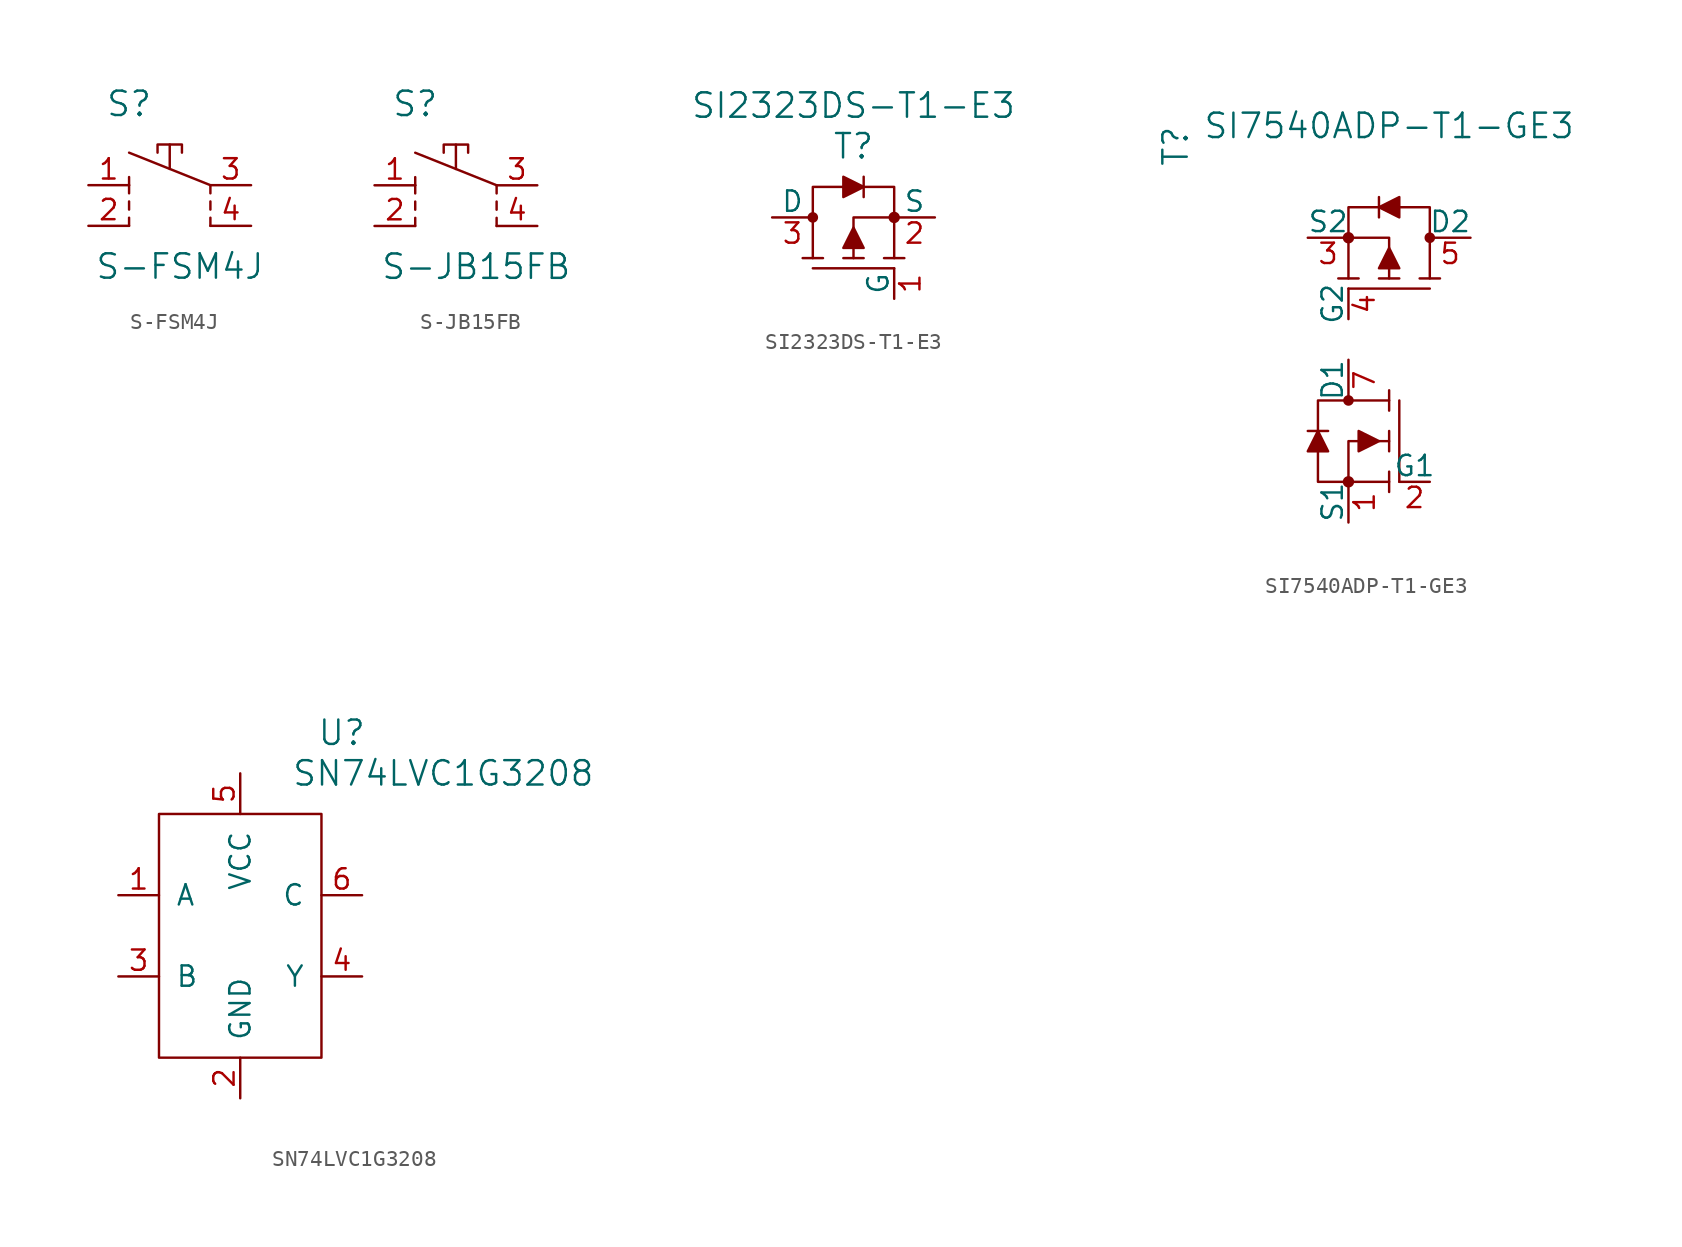
<source format=kicad_sym>
(kicad_symbol_lib
  (version 20211014)
  (generator kicad_symbol_editor)
  (symbol "S-FSM4J"
    (pin_names
      (offset 1.016) hide)
    (property "Reference" "S"
      (at -2.54 6.35 0)
      (effects (font (size 1.524 1.524))))
    (property "Value" "S-FSM4J"
      (at 0.635 -3.81 0)
      (effects (font (size 1.524 1.524))))
    (property "Footprint" ""
      (at 0 0 0)
      (effects (font (size 1.524 1.524))))
    (property "Datasheet" ""
      (at 0 0 0)
      (effects (font (size 1.524 1.524))))
    (symbol "S-FSM4J_0_0"
      (polyline (pts (xy -2.54 -0.762) (xy -2.54 -1.27)) (stroke (width 0) (type default) (color 0 0 0 0)) (fill (type none)))
      (polyline (pts (xy -2.54 0.254) (xy -2.54 -0.254)) (stroke (width 0) (type default) (color 0 0 0 0)) (fill (type none)))
      (polyline (pts (xy -2.54 1.27) (xy -2.54 0.762)) (stroke (width 0) (type default) (color 0 0 0 0)) (fill (type none)))
      (polyline (pts (xy -2.54 1.27) (xy -2.54 1.778)) (stroke (width 0) (type default) (color 0 0 0 0)) (fill (type none)))
      (polyline (pts (xy 0 2.286) (xy 0 3.81)) (stroke (width 0) (type default) (color 0 0 0 0)) (fill (type none)))
      (polyline (pts (xy 2.54 -0.762) (xy 2.54 -1.27)) (stroke (width 0) (type default) (color 0 0 0 0)) (fill (type none)))
      (polyline (pts (xy 2.54 0.254) (xy 2.54 -0.254)) (stroke (width 0) (type default) (color 0 0 0 0)) (fill (type none)))
      (polyline (pts (xy 2.54 1.27) (xy -2.54 3.302)) (stroke (width 0) (type default) (color 0 0 0 0)) (fill (type none)))
      (polyline (pts (xy 2.54 1.27) (xy 2.54 0.762)) (stroke (width 0) (type default) (color 0 0 0 0)) (fill (type none)))
      (polyline (pts (xy -0.762 3.302) (xy -0.762 3.81) (xy 0.762 3.81) (xy 0.762 3.302)) (stroke (width 0) (type default) (color 0 0 0 0)) (fill (type none))))
    (symbol "S-FSM4J_1_1"
      (pin passive line (at -5.08 1.27 0) (length 2.54) (name "1" (effects (font (size 1.27 1.27)))) (number "1" (effects (font (size 1.27 1.27)))))
      (pin passive line (at -5.08 -1.27 0) (length 2.54) (name "2" (effects (font (size 1.27 1.27)))) (number "2" (effects (font (size 1.27 1.27)))))
      (pin passive line (at 5.08 1.27 180) (length 2.54) (name "3" (effects (font (size 1.27 1.27)))) (number "3" (effects (font (size 1.27 1.27)))))
      (pin passive line (at 5.08 -1.27 180) (length 2.54) (name "4" (effects (font (size 1.27 1.27)))) (number "4" (effects (font (size 1.27 1.27)))))))
  (symbol "S-JB15FB"
    (pin_names
      (offset 1.016) hide)
    (property "Reference" "S"
      (at -2.54 6.35 0)
      (effects (font (size 1.524 1.524))))
    (property "Value" "S-JB15FB"
      (at 1.27 -3.81 0)
      (effects (font (size 1.524 1.524))))
    (property "Footprint" ""
      (at 0 0 0)
      (effects (font (size 1.524 1.524))))
    (property "Datasheet" ""
      (at 0 0 0)
      (effects (font (size 1.524 1.524))))
    (symbol "S-JB15FB_0_0"
      (polyline (pts (xy -2.54 -0.762) (xy -2.54 -1.27)) (stroke (width 0) (type default) (color 0 0 0 0)) (fill (type none)))
      (polyline (pts (xy -2.54 0.254) (xy -2.54 -0.254)) (stroke (width 0) (type default) (color 0 0 0 0)) (fill (type none)))
      (polyline (pts (xy -2.54 1.27) (xy -2.54 0.762)) (stroke (width 0) (type default) (color 0 0 0 0)) (fill (type none)))
      (polyline (pts (xy -2.54 1.27) (xy -2.54 1.778)) (stroke (width 0) (type default) (color 0 0 0 0)) (fill (type none)))
      (polyline (pts (xy 0 2.286) (xy 0 3.81)) (stroke (width 0) (type default) (color 0 0 0 0)) (fill (type none)))
      (polyline (pts (xy 2.54 -0.762) (xy 2.54 -1.27)) (stroke (width 0) (type default) (color 0 0 0 0)) (fill (type none)))
      (polyline (pts (xy 2.54 0.254) (xy 2.54 -0.254)) (stroke (width 0) (type default) (color 0 0 0 0)) (fill (type none)))
      (polyline (pts (xy 2.54 1.27) (xy -2.54 3.302)) (stroke (width 0) (type default) (color 0 0 0 0)) (fill (type none)))
      (polyline (pts (xy 2.54 1.27) (xy 2.54 0.762)) (stroke (width 0) (type default) (color 0 0 0 0)) (fill (type none)))
      (polyline (pts (xy -0.762 3.302) (xy -0.762 3.81) (xy 0.762 3.81) (xy 0.762 3.302)) (stroke (width 0) (type default) (color 0 0 0 0)) (fill (type none))))
    (symbol "S-JB15FB_1_1"
      (pin passive line (at -5.08 1.27 0) (length 2.54) (name "1" (effects (font (size 1.27 1.27)))) (number "1" (effects (font (size 1.27 1.27)))))
      (pin passive line (at -5.08 -1.27 0) (length 2.54) (name "2" (effects (font (size 1.27 1.27)))) (number "2" (effects (font (size 1.27 1.27)))))
      (pin passive line (at 5.08 1.27 180) (length 2.54) (name "3" (effects (font (size 1.27 1.27)))) (number "3" (effects (font (size 1.27 1.27)))))
      (pin passive line (at 5.08 -1.27 180) (length 2.54) (name "4" (effects (font (size 1.27 1.27)))) (number "4" (effects (font (size 1.27 1.27)))))))
  (symbol "SI2323DS-T1-E3"
    (pin_names
      (offset 0))
    (property "Reference" "T"
      (at 0 4.445 0)
      (effects (font (size 1.524 1.524))))
    (property "Value" "SI2323DS-T1-E3"
      (at 0 6.985 0)
      (effects (font (size 1.524 1.524))))
    (symbol "SI2323DS-T1-E3_0_1"
      (circle (center -2.54 0) (radius 0.254) (stroke (width 0) (type default) (color 0 0 0 0)) (fill (type outline)))
      (polyline (pts (xy -2.54 -2.54) (xy -2.54 0)) (stroke (width 0) (type default) (color 0 0 0 0)) (fill (type none)))
      (polyline (pts (xy -1.905 -2.54) (xy -3.175 -2.54)) (stroke (width 0) (type default) (color 0 0 0 0)) (fill (type none)))
      (polyline (pts (xy 0 -2.54) (xy 0 -1.905)) (stroke (width 0) (type default) (color 0 0 0 0)) (fill (type none)))
      (polyline (pts (xy 0.635 -2.54) (xy -0.635 -2.54)) (stroke (width 0) (type default) (color 0 0 0 0)) (fill (type none)))
      (polyline (pts (xy 0.635 2.54) (xy 0.635 1.27)) (stroke (width 0) (type default) (color 0 0 0 0)) (fill (type none)))
      (polyline (pts (xy 1.905 -2.54) (xy 3.175 -2.54)) (stroke (width 0) (type default) (color 0 0 0 0)) (fill (type none)))
      (polyline (pts (xy 2.54 -3.175) (xy -2.54 -3.175)) (stroke (width 0) (type default) (color 0 0 0 0)) (fill (type none)))
      (polyline (pts (xy 2.54 -2.54) (xy 2.54 0)) (stroke (width 0) (type default) (color 0 0 0 0)) (fill (type none)))
      (polyline (pts (xy -0.635 1.905) (xy -2.54 1.905) (xy -2.54 0)) (stroke (width 0) (type default) (color 0 0 0 0)) (fill (type none)))
      (polyline (pts (xy 0 -0.635) (xy 0 0) (xy 2.54 0)) (stroke (width 0) (type default) (color 0 0 0 0)) (fill (type none)))
      (polyline (pts (xy 0.635 1.905) (xy 2.54 1.905) (xy 2.54 0)) (stroke (width 0) (type default) (color 0 0 0 0)) (fill (type none)))
      (polyline (pts (xy -0.635 -1.905) (xy 0.635 -1.905) (xy 0 -0.635) (xy -0.635 -1.905)) (stroke (width 0) (type default) (color 0 0 0 0)) (fill (type outline)))
      (polyline (pts (xy 0.635 1.905) (xy -0.635 2.54) (xy -0.635 1.27) (xy 0.635 1.905)) (stroke (width 0) (type default) (color 0 0 0 0)) (fill (type outline)))
      (circle (center 2.54 0) (radius 0.279) (stroke (width 0) (type default) (color 0 0 0 0)) (fill (type outline))))
    (symbol "SI2323DS-T1-E3_1_1"
      (pin passive line (at 2.54 -5.08 90) (length 1.905) (name "G" (effects (font (size 1.27 1.27)))) (number "1" (effects (font (size 1.27 1.27)))))
      (pin passive line (at 5.08 0 180) (length 2.54) (name "S" (effects (font (size 1.27 1.27)))) (number "2" (effects (font (size 1.27 1.27)))))
      (pin passive line (at -5.08 0 0) (length 2.54) (name "D" (effects (font (size 1.27 1.27)))) (number "3" (effects (font (size 1.27 1.27)))))))
  (symbol "SI7540ADP-T1-GE3"
    (pin_names
      (offset 0))
    (property "Reference" "T"
      (at -13.335 5.715 90)
      (effects (font (size 1.524 1.524))))
    (property "Value" "SI7540ADP-T1-GE3"
      (at 0 6.985 0)
      (effects (font (size 1.524 1.524))))
    (symbol "SI7540ADP-T1-GE3_0_1"
      (circle (center -2.54 -15.24) (radius 0.279) (stroke (width 0) (type default) (color 0 0 0 0)) (fill (type outline)))
      (circle (center -2.54 -10.16) (radius 0.254) (stroke (width 0) (type default) (color 0 0 0 0)) (fill (type outline)))
      (circle (center -2.54 0) (radius 0.279) (stroke (width 0) (type default) (color 0 0 0 0)) (fill (type outline)))
      (polyline (pts (xy -5.08 -12.065) (xy -3.81 -12.065)) (stroke (width 0) (type default) (color 0 0 0 0)) (fill (type none)))
      (polyline (pts (xy -2.54 -3.175) (xy 2.54 -3.175)) (stroke (width 0) (type default) (color 0 0 0 0)) (fill (type none)))
      (polyline (pts (xy -2.54 -2.54) (xy -2.54 0)) (stroke (width 0) (type default) (color 0 0 0 0)) (fill (type none)))
      (polyline (pts (xy -1.905 -2.54) (xy -3.175 -2.54)) (stroke (width 0) (type default) (color 0 0 0 0)) (fill (type none)))
      (polyline (pts (xy -0.635 -2.54) (xy 0.635 -2.54)) (stroke (width 0) (type default) (color 0 0 0 0)) (fill (type none)))
      (polyline (pts (xy -0.635 2.54) (xy -0.635 1.27)) (stroke (width 0) (type default) (color 0 0 0 0)) (fill (type none)))
      (polyline (pts (xy 0 -15.24) (xy -2.54 -15.24)) (stroke (width 0) (type default) (color 0 0 0 0)) (fill (type none)))
      (polyline (pts (xy 0 -14.605) (xy 0 -15.875)) (stroke (width 0) (type default) (color 0 0 0 0)) (fill (type none)))
      (polyline (pts (xy 0 -13.335) (xy 0 -12.065)) (stroke (width 0) (type default) (color 0 0 0 0)) (fill (type none)))
      (polyline (pts (xy 0 -12.7) (xy -0.635 -12.7)) (stroke (width 0) (type default) (color 0 0 0 0)) (fill (type none)))
      (polyline (pts (xy 0 -10.795) (xy 0 -9.525)) (stroke (width 0) (type default) (color 0 0 0 0)) (fill (type none)))
      (polyline (pts (xy 0 -10.16) (xy -2.54 -10.16)) (stroke (width 0) (type default) (color 0 0 0 0)) (fill (type none)))
      (polyline (pts (xy 0 -2.54) (xy 0 -1.905)) (stroke (width 0) (type default) (color 0 0 0 0)) (fill (type none)))
      (polyline (pts (xy 0.635 -15.24) (xy 0.635 -10.16)) (stroke (width 0) (type default) (color 0 0 0 0)) (fill (type none)))
      (polyline (pts (xy 1.905 -2.54) (xy 3.175 -2.54)) (stroke (width 0) (type default) (color 0 0 0 0)) (fill (type none)))
      (polyline (pts (xy 2.54 -2.54) (xy 2.54 0)) (stroke (width 0) (type default) (color 0 0 0 0)) (fill (type none)))
      (polyline (pts (xy -4.445 -13.335) (xy -4.445 -15.24) (xy -2.54 -15.24)) (stroke (width 0) (type default) (color 0 0 0 0)) (fill (type none)))
      (polyline (pts (xy -4.445 -12.065) (xy -4.445 -10.16) (xy -2.54 -10.16)) (stroke (width 0) (type default) (color 0 0 0 0)) (fill (type none)))
      (polyline (pts (xy -1.905 -12.7) (xy -2.54 -12.7) (xy -2.54 -15.24)) (stroke (width 0) (type default) (color 0 0 0 0)) (fill (type none)))
      (polyline (pts (xy -0.635 1.905) (xy -2.54 1.905) (xy -2.54 0)) (stroke (width 0) (type default) (color 0 0 0 0)) (fill (type none)))
      (polyline (pts (xy 0 -0.635) (xy 0 0) (xy -2.54 0)) (stroke (width 0) (type default) (color 0 0 0 0)) (fill (type none)))
      (polyline (pts (xy 0.635 1.905) (xy 2.54 1.905) (xy 2.54 0)) (stroke (width 0) (type default) (color 0 0 0 0)) (fill (type none)))
      (polyline (pts (xy -4.445 -12.065) (xy -5.08 -13.335) (xy -3.81 -13.335) (xy -4.445 -12.065)) (stroke (width 0) (type default) (color 0 0 0 0)) (fill (type outline)))
      (polyline (pts (xy -1.905 -12.065) (xy -1.905 -13.335) (xy -0.635 -12.7) (xy -1.905 -12.065)) (stroke (width 0) (type default) (color 0 0 0 0)) (fill (type outline)))
      (polyline (pts (xy -0.635 1.905) (xy 0.635 2.54) (xy 0.635 1.27) (xy -0.635 1.905)) (stroke (width 0) (type default) (color 0 0 0 0)) (fill (type outline)))
      (polyline (pts (xy 0 -0.635) (xy 0.635 -1.905) (xy -0.635 -1.905) (xy 0 -0.635)) (stroke (width 0) (type default) (color 0 0 0 0)) (fill (type outline)))
      (circle (center 2.54 0) (radius 0.254) (stroke (width 0) (type default) (color 0 0 0 0)) (fill (type outline))))
    (symbol "SI7540ADP-T1-GE3_1_1"
      (pin passive line (at -2.54 -17.78 90) (length 2.54) (name "S1" (effects (font (size 1.27 1.27)))) (number "1" (effects (font (size 1.27 1.27)))))
      (pin passive line (at 2.54 -15.24 180) (length 1.905) (name "G1" (effects (font (size 1.27 1.27)))) (number "2" (effects (font (size 1.27 1.27)))))
      (pin passive line (at -5.08 0 0) (length 2.54) (name "S2" (effects (font (size 1.27 1.27)))) (number "3" (effects (font (size 1.27 1.27)))))
      (pin passive line (at -2.54 -5.08 90) (length 1.905) (name "G2" (effects (font (size 1.27 1.27)))) (number "4" (effects (font (size 1.27 1.27)))))
      (pin passive line (at 5.08 0 180) (length 2.54) (name "D2" (effects (font (size 1.27 1.27)))) (number "5" (effects (font (size 1.27 1.27)))))
      (pin passive line (at 5.08 0 180) (length 0) hide (name "D2" (effects (font (size 1.27 1.27)))) (number "6" (effects (font (size 1.27 1.27)))))
      (pin passive line (at -2.54 -7.62 270) (length 2.54) (name "D1" (effects (font (size 1.27 1.27)))) (number "7" (effects (font (size 1.27 1.27)))))
      (pin passive line (at -2.54 -7.62 270) (length 0) hide (name "D1" (effects (font (size 1.27 1.27)))) (number "8" (effects (font (size 1.27 1.27)))))))
  (symbol "SN74LVC1G3208"
    (pin_names
      (offset 1.016))
    (property "Reference" "U"
      (at 6.35 12.7 0)
      (effects (font (size 1.524 1.524))))
    (property "Value" "SN74LVC1G3208"
      (at 12.7 10.16 0)
      (effects (font (size 1.524 1.524))))
    (symbol "SN74LVC1G3208_0_1"
      (rectangle (start 5.08 7.62) (end -5.08 -7.62) (stroke (width 0) (type default) (color 0 0 0 0)) (fill (type none))))
    (symbol "SN74LVC1G3208_1_1"
      (pin input line (at -7.62 2.54 0) (length 2.54) (name "A" (effects (font (size 1.27 1.27)))) (number "1" (effects (font (size 1.27 1.27)))))
      (pin power_in line (at 0 -10.16 90) (length 2.54) (name "GND" (effects (font (size 1.27 1.27)))) (number "2" (effects (font (size 1.27 1.27)))))
      (pin input line (at -7.62 -2.54 0) (length 2.54) (name "B" (effects (font (size 1.27 1.27)))) (number "3" (effects (font (size 1.27 1.27)))))
      (pin output line (at 7.62 -2.54 180) (length 2.54) (name "Y" (effects (font (size 1.27 1.27)))) (number "4" (effects (font (size 1.27 1.27)))))
      (pin power_in line (at 0 10.16 270) (length 2.54) (name "VCC" (effects (font (size 1.27 1.27)))) (number "5" (effects (font (size 1.27 1.27)))))
      (pin input line (at 7.62 2.54 180) (length 2.54) (name "C" (effects (font (size 1.27 1.27)))) (number "6" (effects (font (size 1.27 1.27))))))))
</source>
